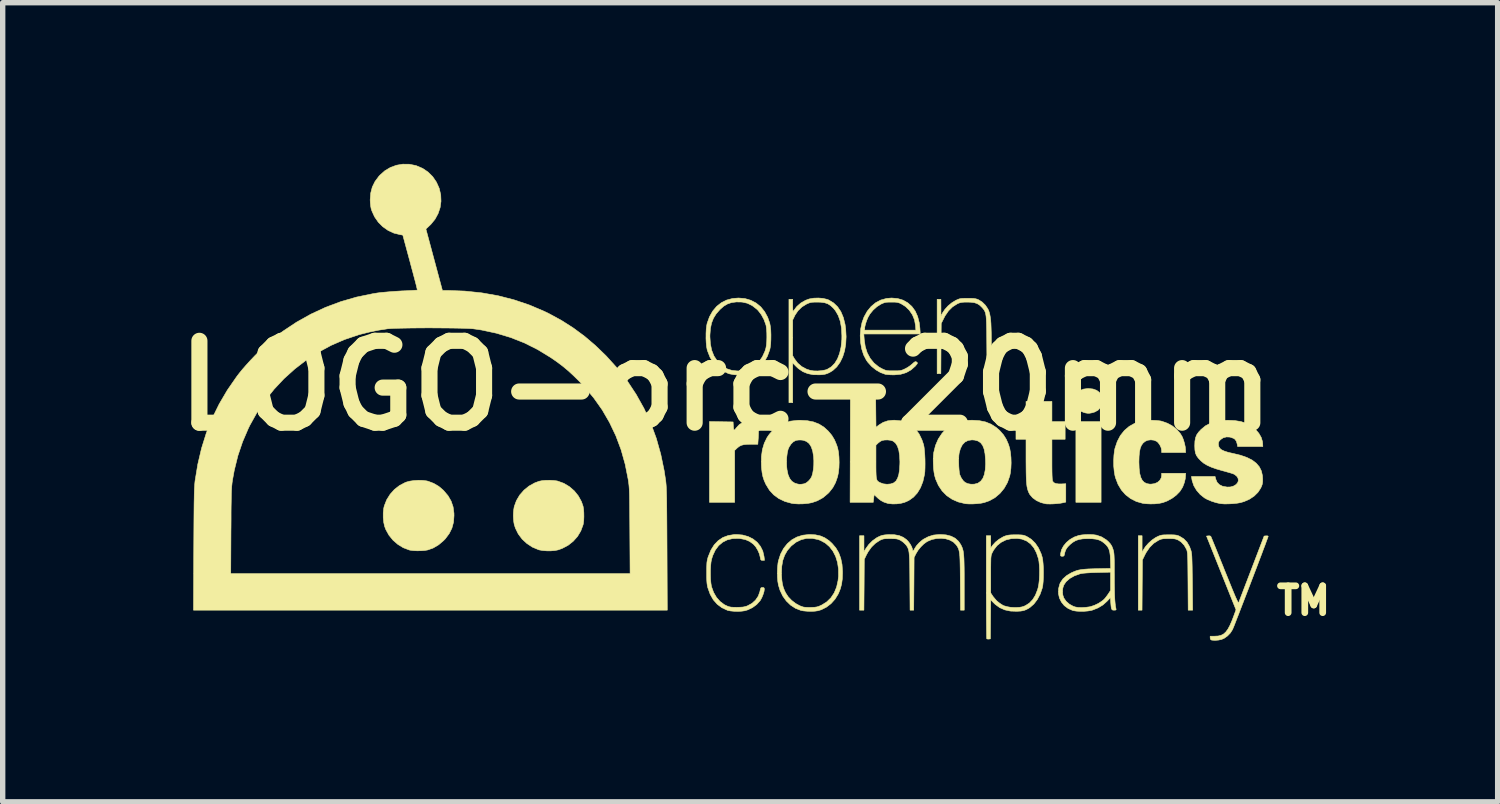
<source format=kicad_pcb>
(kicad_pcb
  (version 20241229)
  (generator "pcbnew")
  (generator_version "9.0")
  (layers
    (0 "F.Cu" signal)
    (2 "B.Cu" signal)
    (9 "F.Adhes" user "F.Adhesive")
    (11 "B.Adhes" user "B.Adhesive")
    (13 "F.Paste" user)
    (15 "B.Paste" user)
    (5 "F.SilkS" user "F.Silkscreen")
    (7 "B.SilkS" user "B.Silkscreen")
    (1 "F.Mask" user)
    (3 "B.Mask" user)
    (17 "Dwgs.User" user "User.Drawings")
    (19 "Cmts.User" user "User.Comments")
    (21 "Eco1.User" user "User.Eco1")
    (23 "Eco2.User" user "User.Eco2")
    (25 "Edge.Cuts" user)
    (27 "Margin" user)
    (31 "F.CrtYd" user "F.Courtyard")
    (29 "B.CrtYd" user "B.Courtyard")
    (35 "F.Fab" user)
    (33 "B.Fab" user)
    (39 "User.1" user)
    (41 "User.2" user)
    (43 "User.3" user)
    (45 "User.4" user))
  (footprint "LOGO-orc-20mm"
    (layer "F.Cu")
    (at 10.458 4.127)
    (property "Reference" "LOGO-orc-20mm" (at 0 0 0) (layer "F.SilkS") (effects (font (size 1.524 1.524) (thickness 0.3))))
    (attr through_hole)
    (fp_poly (pts (xy 6.983 2.171) (xy 6.514 2.171) (xy 6.514 0.669) (xy 6.983 0.669) (xy 6.983 2.171)) (stroke (width 0.01) (type solid)) (fill yes) (layer "F.SilkS"))
    (fp_poly (pts (xy 6.832 0.062) (xy 6.901 0.087) (xy 6.953 0.127) (xy 6.987 0.184) (xy 7.004 0.254) (xy 7.004 0.264) (xy 6.999 0.339) (xy 6.974 0.402) (xy 6.93 0.453) (xy 6.868 0.489) (xy 6.819 0.504) (xy 6.772 0.513) (xy 6.734 0.514) (xy 6.694 0.508) (xy 6.665 0.5) (xy 6.594 0.471) (xy 6.54 0.428) (xy 6.507 0.372) (xy 6.492 0.302) (xy 6.492 0.264) (xy 6.507 0.191) (xy 6.539 0.133) (xy 6.589 0.091) (xy 6.655 0.064) (xy 6.738 0.053) (xy 6.748 0.053) (xy 6.832 0.062)) (stroke (width 0.01) (type solid)) (fill yes) (layer "F.SilkS"))
    (fp_poly (pts (xy 0.544 0.644) (xy 0.579 0.649) (xy 0.599 0.661) (xy 0.608 0.686) (xy 0.61 0.726) (xy 0.61 0.761) (xy 0.609 0.822) (xy 0.607 0.893) (xy 0.604 0.962) (xy 0.603 0.977) (xy 0.595 1.091) (xy 0.475 1.09) (xy 0.396 1.092) (xy 0.334 1.098) (xy 0.286 1.111) (xy 0.247 1.131) (xy 0.211 1.16) (xy 0.164 1.205) (xy 0.164 2.171) (xy -0.305 2.171) (xy -0.305 0.668) (xy 0.135 0.675) (xy 0.139 0.745) (xy 0.142 0.784) (xy 0.147 0.814) (xy 0.151 0.825) (xy 0.163 0.822) (xy 0.181 0.803) (xy 0.192 0.788) (xy 0.251 0.724) (xy 0.323 0.677) (xy 0.407 0.65) (xy 0.49 0.643) (xy 0.544 0.644)) (stroke (width 0.01) (type solid)) (fill yes) (layer "F.SilkS"))
    (fp_poly (pts (xy 6.068 0.669) (xy 6.314 0.669) (xy 6.314 0.998) (xy 6.068 0.998) (xy 6.068 1.373) (xy 6.068 1.497) (xy 6.069 1.598) (xy 6.071 1.676) (xy 6.074 1.732) (xy 6.078 1.766) (xy 6.081 1.777) (xy 6.103 1.805) (xy 6.141 1.822) (xy 6.196 1.829) (xy 6.243 1.829) (xy 6.326 1.825) (xy 6.326 2.167) (xy 6.264 2.181) (xy 6.22 2.189) (xy 6.162 2.195) (xy 6.098 2.2) (xy 6.037 2.202) (xy 5.985 2.201) (xy 5.956 2.199) (xy 5.863 2.176) (xy 5.78 2.138) (xy 5.711 2.088) (xy 5.658 2.027) (xy 5.636 1.986) (xy 5.623 1.953) (xy 5.613 1.918) (xy 5.604 1.877) (xy 5.598 1.828) (xy 5.593 1.769) (xy 5.59 1.696) (xy 5.588 1.608) (xy 5.587 1.501) (xy 5.586 1.388) (xy 5.586 0.998) (xy 5.399 0.998) (xy 5.399 0.669) (xy 5.586 0.669) (xy 5.586 0.293) (xy 6.068 0.293) (xy 6.068 0.669)) (stroke (width 0.01) (type solid)) (fill yes) (layer "F.SilkS"))
    (fp_poly (pts (xy -5.64 1.763) (xy -5.57 1.772) (xy -5.544 1.778) (xy -5.438 1.818) (xy -5.344 1.873) (xy -5.257 1.947) (xy -5.252 1.953) (xy -5.171 2.048) (xy -5.113 2.148) (xy -5.076 2.256) (xy -5.06 2.374) (xy -5.059 2.418) (xy -5.068 2.54) (xy -5.098 2.652) (xy -5.149 2.754) (xy -5.221 2.85) (xy -5.252 2.882) (xy -5.346 2.962) (xy -5.446 3.021) (xy -5.546 3.057) (xy -5.603 3.067) (xy -5.673 3.072) (xy -5.749 3.073) (xy -5.821 3.069) (xy -5.881 3.061) (xy -5.895 3.057) (xy -6.003 3.016) (xy -6.104 2.954) (xy -6.194 2.876) (xy -6.269 2.784) (xy -6.326 2.682) (xy -6.35 2.62) (xy -6.367 2.544) (xy -6.376 2.456) (xy -6.376 2.366) (xy -6.367 2.282) (xy -6.356 2.236) (xy -6.312 2.124) (xy -6.248 2.022) (xy -6.168 1.932) (xy -6.073 1.858) (xy -5.968 1.803) (xy -5.944 1.794) (xy -5.881 1.777) (xy -5.803 1.766) (xy -5.72 1.761) (xy -5.64 1.763)) (stroke (width 0.01) (type solid)) (fill yes) (layer "F.SilkS"))
    (fp_poly (pts (xy -3.203 1.765) (xy -3.141 1.773) (xy -3.127 1.777) (xy -3.014 1.818) (xy -2.911 1.88) (xy -2.821 1.958) (xy -2.746 2.051) (xy -2.688 2.156) (xy -2.657 2.245) (xy -2.648 2.298) (xy -2.643 2.367) (xy -2.642 2.441) (xy -2.645 2.512) (xy -2.653 2.572) (xy -2.657 2.589) (xy -2.699 2.703) (xy -2.761 2.807) (xy -2.841 2.896) (xy -2.936 2.971) (xy -3.046 3.029) (xy -3.121 3.056) (xy -3.181 3.068) (xy -3.254 3.074) (xy -3.333 3.074) (xy -3.409 3.068) (xy -3.472 3.057) (xy -3.486 3.053) (xy -3.6 3.005) (xy -3.702 2.938) (xy -3.791 2.856) (xy -3.863 2.76) (xy -3.916 2.653) (xy -3.938 2.585) (xy -3.946 2.54) (xy -3.952 2.483) (xy -3.955 2.425) (xy -3.955 2.418) (xy -3.953 2.361) (xy -3.947 2.303) (xy -3.939 2.255) (xy -3.938 2.25) (xy -3.897 2.138) (xy -3.836 2.035) (xy -3.757 1.945) (xy -3.664 1.869) (xy -3.558 1.81) (xy -3.475 1.779) (xy -3.42 1.768) (xy -3.351 1.762) (xy -3.275 1.761) (xy -3.203 1.765)) (stroke (width 0.01) (type solid)) (fill yes) (layer "F.SilkS"))
    (fp_poly (pts (xy 4.564 -1.625) (xy 4.61 -1.623) (xy 4.644 -1.618) (xy 4.674 -1.61) (xy 4.703 -1.598) (xy 4.77 -1.556) (xy 4.829 -1.498) (xy 4.875 -1.43) (xy 4.892 -1.394) (xy 4.903 -1.359) (xy 4.913 -1.32) (xy 4.921 -1.275) (xy 4.928 -1.222) (xy 4.933 -1.158) (xy 4.936 -1.08) (xy 4.939 -0.988) (xy 4.94 -0.878) (xy 4.941 -0.748) (xy 4.941 -0.678) (xy 4.941 -0.223) (xy 4.86 -0.223) (xy 4.856 -0.76) (xy 4.855 -0.894) (xy 4.854 -1.006) (xy 4.852 -1.099) (xy 4.85 -1.176) (xy 4.847 -1.238) (xy 4.843 -1.287) (xy 4.837 -1.326) (xy 4.83 -1.357) (xy 4.82 -1.382) (xy 4.809 -1.404) (xy 4.794 -1.424) (xy 4.777 -1.445) (xy 4.77 -1.453) (xy 4.726 -1.496) (xy 4.679 -1.526) (xy 4.623 -1.545) (xy 4.553 -1.553) (xy 4.495 -1.555) (xy 4.437 -1.554) (xy 4.395 -1.551) (xy 4.363 -1.545) (xy 4.333 -1.535) (xy 4.303 -1.521) (xy 4.219 -1.467) (xy 4.143 -1.392) (xy 4.079 -1.299) (xy 4.059 -1.26) (xy 4.008 -1.158) (xy 4.004 -0.69) (xy 4.001 -0.223) (xy 3.932 -0.223) (xy 3.932 -1.608) (xy 4.002 -1.608) (xy 4.003 -1.452) (xy 4.003 -1.297) (xy 4.033 -1.355) (xy 4.077 -1.42) (xy 4.136 -1.485) (xy 4.205 -1.542) (xy 4.275 -1.585) (xy 4.28 -1.588) (xy 4.316 -1.604) (xy 4.345 -1.615) (xy 4.374 -1.621) (xy 4.411 -1.624) (xy 4.46 -1.625) (xy 4.501 -1.625) (xy 4.564 -1.625)) (stroke (width 0.01) (type solid)) (fill yes) (layer "F.SilkS"))
    (fp_poly (pts (xy 8.308 2.776) (xy 8.354 2.778) (xy 8.388 2.783) (xy 8.417 2.791) (xy 8.444 2.803) (xy 8.521 2.85) (xy 8.582 2.913) (xy 8.629 2.995) (xy 8.656 3.069) (xy 8.661 3.089) (xy 8.665 3.113) (xy 8.669 3.143) (xy 8.672 3.182) (xy 8.674 3.232) (xy 8.676 3.295) (xy 8.678 3.373) (xy 8.679 3.469) (xy 8.681 3.584) (xy 8.682 3.659) (xy 8.687 4.178) (xy 8.604 4.178) (xy 8.6 3.641) (xy 8.599 3.514) (xy 8.598 3.408) (xy 8.597 3.322) (xy 8.596 3.252) (xy 8.594 3.196) (xy 8.592 3.153) (xy 8.59 3.12) (xy 8.586 3.095) (xy 8.583 3.076) (xy 8.578 3.06) (xy 8.573 3.047) (xy 8.531 2.972) (xy 8.475 2.911) (xy 8.418 2.873) (xy 8.388 2.861) (xy 8.358 2.852) (xy 8.322 2.848) (xy 8.272 2.846) (xy 8.239 2.846) (xy 8.181 2.847) (xy 8.14 2.849) (xy 8.108 2.855) (xy 8.078 2.865) (xy 8.047 2.88) (xy 7.962 2.934) (xy 7.886 3.01) (xy 7.822 3.104) (xy 7.802 3.141) (xy 7.752 3.243) (xy 7.748 3.711) (xy 7.745 4.178) (xy 7.675 4.178) (xy 7.675 2.793) (xy 7.746 2.793) (xy 7.746 2.949) (xy 7.746 3.104) (xy 7.772 3.052) (xy 7.811 2.993) (xy 7.865 2.932) (xy 7.928 2.875) (xy 7.993 2.83) (xy 8.023 2.814) (xy 8.059 2.797) (xy 8.088 2.787) (xy 8.118 2.78) (xy 8.154 2.777) (xy 8.203 2.776) (xy 8.245 2.776) (xy 8.308 2.776)) (stroke (width 0.01) (type solid)) (fill yes) (layer "F.SilkS"))
    (fp_poly (pts (xy 9.009 2.796) (xy 9.025 2.804) (xy 9.03 2.817) (xy 9.044 2.85) (xy 9.065 2.901) (xy 9.092 2.967) (xy 9.125 3.047) (xy 9.162 3.139) (xy 9.203 3.242) (xy 9.248 3.352) (xy 9.283 3.441) (xy 9.338 3.575) (xy 9.384 3.689) (xy 9.423 3.785) (xy 9.455 3.862) (xy 9.481 3.924) (xy 9.502 3.97) (xy 9.518 4.004) (xy 9.529 4.026) (xy 9.537 4.037) (xy 9.542 4.039) (xy 9.544 4.036) (xy 9.55 4.02) (xy 9.564 3.984) (xy 9.584 3.931) (xy 9.611 3.861) (xy 9.642 3.779) (xy 9.678 3.685) (xy 9.718 3.581) (xy 9.76 3.471) (xy 9.786 3.403) (xy 10.017 2.799) (xy 10.055 2.795) (xy 10.081 2.796) (xy 10.093 2.802) (xy 10.093 2.803) (xy 10.089 2.816) (xy 10.077 2.849) (xy 10.058 2.9) (xy 10.034 2.967) (xy 10.003 3.047) (xy 9.969 3.139) (xy 9.93 3.241) (xy 9.889 3.35) (xy 9.845 3.465) (xy 9.8 3.583) (xy 9.754 3.703) (xy 9.708 3.823) (xy 9.663 3.939) (xy 9.62 4.051) (xy 9.579 4.157) (xy 9.542 4.254) (xy 9.508 4.34) (xy 9.48 4.413) (xy 9.457 4.472) (xy 9.44 4.513) (xy 9.43 4.536) (xy 9.43 4.537) (xy 9.389 4.602) (xy 9.335 4.658) (xy 9.273 4.702) (xy 9.224 4.723) (xy 9.166 4.735) (xy 9.104 4.74) (xy 9.049 4.736) (xy 9.034 4.733) (xy 9.017 4.718) (xy 9.013 4.695) (xy 9.013 4.662) (xy 9.098 4.662) (xy 9.161 4.659) (xy 9.215 4.646) (xy 9.262 4.622) (xy 9.304 4.584) (xy 9.343 4.531) (xy 9.381 4.46) (xy 9.42 4.37) (xy 9.448 4.297) (xy 9.494 4.171) (xy 8.945 2.799) (xy 8.981 2.795) (xy 9.009 2.796)) (stroke (width 0.01) (type solid)) (fill yes) (layer "F.SilkS"))
    (fp_poly (pts (xy 8.014 0.648) (xy 8.084 0.656) (xy 8.115 0.663) (xy 8.219 0.7) (xy 8.313 0.752) (xy 8.394 0.818) (xy 8.459 0.894) (xy 8.495 0.955) (xy 8.517 1.012) (xy 8.536 1.077) (xy 8.55 1.143) (xy 8.555 1.197) (xy 8.555 1.2) (xy 8.556 1.244) (xy 8.11 1.244) (xy 8.11 1.205) (xy 8.101 1.157) (xy 8.077 1.105) (xy 8.044 1.059) (xy 8.017 1.036) (xy 7.967 1.015) (xy 7.908 1.008) (xy 7.849 1.016) (xy 7.804 1.036) (xy 7.764 1.069) (xy 7.734 1.11) (xy 7.712 1.163) (xy 7.698 1.23) (xy 7.69 1.314) (xy 7.687 1.418) (xy 7.687 1.42) (xy 7.691 1.535) (xy 7.701 1.629) (xy 7.72 1.704) (xy 7.748 1.76) (xy 7.785 1.799) (xy 7.833 1.823) (xy 7.892 1.833) (xy 7.91 1.833) (xy 7.976 1.824) (xy 8.033 1.8) (xy 8.076 1.762) (xy 8.103 1.714) (xy 8.11 1.671) (xy 8.11 1.631) (xy 8.556 1.631) (xy 8.555 1.675) (xy 8.549 1.735) (xy 8.532 1.805) (xy 8.506 1.874) (xy 8.495 1.897) (xy 8.449 1.969) (xy 8.383 2.037) (xy 8.303 2.097) (xy 8.213 2.146) (xy 8.133 2.176) (xy 8.067 2.19) (xy 7.986 2.199) (xy 7.901 2.201) (xy 7.818 2.197) (xy 7.76 2.19) (xy 7.64 2.156) (xy 7.533 2.102) (xy 7.439 2.03) (xy 7.361 1.942) (xy 7.298 1.836) (xy 7.252 1.716) (xy 7.241 1.675) (xy 7.227 1.592) (xy 7.218 1.496) (xy 7.217 1.394) (xy 7.222 1.295) (xy 7.233 1.206) (xy 7.241 1.167) (xy 7.284 1.039) (xy 7.342 0.928) (xy 7.417 0.834) (xy 7.506 0.758) (xy 7.611 0.699) (xy 7.716 0.663) (xy 7.777 0.652) (xy 7.852 0.645) (xy 7.934 0.644) (xy 8.014 0.648)) (stroke (width 0.01) (type solid)) (fill yes) (layer "F.SilkS"))
    (fp_poly (pts (xy 2.79 0.408) (xy 2.794 0.774) (xy 2.854 0.728) (xy 2.928 0.683) (xy 3.01 0.655) (xy 3.104 0.644) (xy 3.138 0.643) (xy 3.254 0.654) (xy 3.358 0.686) (xy 3.45 0.737) (xy 3.529 0.808) (xy 3.596 0.898) (xy 3.649 1.008) (xy 3.68 1.099) (xy 3.689 1.146) (xy 3.696 1.21) (xy 3.702 1.287) (xy 3.706 1.37) (xy 3.707 1.454) (xy 3.706 1.534) (xy 3.703 1.603) (xy 3.697 1.652) (xy 3.667 1.784) (xy 3.622 1.899) (xy 3.563 1.997) (xy 3.49 2.076) (xy 3.404 2.137) (xy 3.325 2.172) (xy 3.255 2.19) (xy 3.177 2.2) (xy 3.099 2.201) (xy 3.03 2.194) (xy 3.007 2.189) (xy 2.941 2.167) (xy 2.888 2.139) (xy 2.837 2.101) (xy 2.816 2.081) (xy 2.759 2.028) (xy 2.751 2.1) (xy 2.743 2.171) (xy 2.312 2.171) (xy 2.315 1.108) (xy 2.793 1.108) (xy 2.793 1.42) (xy 2.793 1.519) (xy 2.794 1.597) (xy 2.796 1.657) (xy 2.799 1.703) (xy 2.805 1.736) (xy 2.813 1.759) (xy 2.824 1.775) (xy 2.84 1.788) (xy 2.859 1.8) (xy 2.867 1.804) (xy 2.93 1.827) (xy 2.999 1.835) (xy 3.067 1.829) (xy 3.124 1.809) (xy 3.128 1.806) (xy 3.167 1.773) (xy 3.196 1.723) (xy 3.218 1.655) (xy 3.232 1.568) (xy 3.238 1.461) (xy 3.239 1.414) (xy 3.233 1.298) (xy 3.218 1.2) (xy 3.192 1.123) (xy 3.155 1.066) (xy 3.109 1.03) (xy 3.106 1.029) (xy 3.063 1.016) (xy 3.007 1.01) (xy 2.951 1.012) (xy 2.904 1.021) (xy 2.903 1.022) (xy 2.873 1.038) (xy 2.84 1.063) (xy 2.831 1.071) (xy 2.793 1.108) (xy 2.315 1.108) (xy 2.315 1.106) (xy 2.318 0.041) (xy 2.787 0.041) (xy 2.79 0.408)) (stroke (width 0.01) (type solid)) (fill yes) (layer "F.SilkS"))
    (fp_poly (pts (xy 4.715 0.651) (xy 4.832 0.675) (xy 4.936 0.717) (xy 5.03 0.777) (xy 5.099 0.838) (xy 5.167 0.916) (xy 5.219 0.999) (xy 5.26 1.094) (xy 5.283 1.17) (xy 5.297 1.247) (xy 5.306 1.339) (xy 5.309 1.438) (xy 5.305 1.535) (xy 5.295 1.623) (xy 5.283 1.68) (xy 5.24 1.803) (xy 5.178 1.912) (xy 5.101 2.005) (xy 5.009 2.083) (xy 4.904 2.142) (xy 4.806 2.176) (xy 4.747 2.188) (xy 4.675 2.196) (xy 4.597 2.201) (xy 4.523 2.201) (xy 4.461 2.197) (xy 4.452 2.195) (xy 4.324 2.164) (xy 4.21 2.114) (xy 4.11 2.046) (xy 4.025 1.96) (xy 3.956 1.857) (xy 3.904 1.739) (xy 3.885 1.673) (xy 3.874 1.614) (xy 3.865 1.54) (xy 3.861 1.458) (xy 3.86 1.43) (xy 4.333 1.43) (xy 4.335 1.501) (xy 4.34 1.568) (xy 4.346 1.623) (xy 4.353 1.656) (xy 4.38 1.716) (xy 4.418 1.77) (xy 4.45 1.799) (xy 4.499 1.823) (xy 4.56 1.834) (xy 4.624 1.833) (xy 4.682 1.818) (xy 4.694 1.813) (xy 4.744 1.777) (xy 4.783 1.725) (xy 4.81 1.655) (xy 4.827 1.568) (xy 4.834 1.46) (xy 4.832 1.376) (xy 4.823 1.268) (xy 4.806 1.18) (xy 4.779 1.112) (xy 4.741 1.062) (xy 4.692 1.03) (xy 4.631 1.013) (xy 4.581 1.009) (xy 4.509 1.019) (xy 4.449 1.05) (xy 4.401 1.1) (xy 4.365 1.171) (xy 4.342 1.253) (xy 4.336 1.299) (xy 4.333 1.36) (xy 4.333 1.43) (xy 3.86 1.43) (xy 3.859 1.377) (xy 3.862 1.303) (xy 3.868 1.248) (xy 3.901 1.113) (xy 3.953 0.993) (xy 4.022 0.889) (xy 4.072 0.833) (xy 4.161 0.758) (xy 4.261 0.703) (xy 4.372 0.666) (xy 4.497 0.646) (xy 4.583 0.643) (xy 4.715 0.651)) (stroke (width 0.01) (type solid)) (fill yes) (layer "F.SilkS"))
    (fp_poly (pts (xy 1.807 -1.624) (xy 1.884 -1.606) (xy 1.915 -1.594) (xy 2.004 -1.54) (xy 2.079 -1.468) (xy 2.14 -1.378) (xy 2.186 -1.269) (xy 2.218 -1.141) (xy 2.23 -1.056) (xy 2.238 -0.912) (xy 2.231 -0.776) (xy 2.21 -0.65) (xy 2.174 -0.535) (xy 2.125 -0.435) (xy 2.064 -0.35) (xy 1.99 -0.282) (xy 1.928 -0.244) (xy 1.885 -0.225) (xy 1.847 -0.213) (xy 1.805 -0.206) (xy 1.75 -0.202) (xy 1.743 -0.202) (xy 1.626 -0.204) (xy 1.524 -0.224) (xy 1.433 -0.261) (xy 1.351 -0.317) (xy 1.312 -0.353) (xy 1.244 -0.421) (xy 1.244 0.317) (xy 1.174 0.317) (xy 1.174 -1.223) (xy 1.244 -1.223) (xy 1.244 -0.89) (xy 1.244 -0.557) (xy 1.278 -0.498) (xy 1.337 -0.42) (xy 1.412 -0.355) (xy 1.502 -0.307) (xy 1.567 -0.286) (xy 1.632 -0.275) (xy 1.706 -0.273) (xy 1.782 -0.279) (xy 1.85 -0.292) (xy 1.886 -0.304) (xy 1.962 -0.35) (xy 2.026 -0.415) (xy 2.078 -0.5) (xy 2.117 -0.602) (xy 2.144 -0.72) (xy 2.158 -0.855) (xy 2.159 -0.928) (xy 2.152 -1.071) (xy 2.13 -1.196) (xy 2.092 -1.304) (xy 2.039 -1.396) (xy 2.001 -1.442) (xy 1.95 -1.49) (xy 1.898 -1.523) (xy 1.839 -1.543) (xy 1.766 -1.553) (xy 1.702 -1.555) (xy 1.644 -1.554) (xy 1.603 -1.552) (xy 1.57 -1.546) (xy 1.539 -1.535) (xy 1.502 -1.519) (xy 1.415 -1.465) (xy 1.342 -1.394) (xy 1.285 -1.309) (xy 1.28 -1.297) (xy 1.244 -1.223) (xy 1.174 -1.223) (xy 1.174 -1.608) (xy 1.244 -1.608) (xy 1.244 -1.488) (xy 1.245 -1.434) (xy 1.247 -1.401) (xy 1.25 -1.386) (xy 1.255 -1.385) (xy 1.259 -1.391) (xy 1.319 -1.471) (xy 1.395 -1.538) (xy 1.484 -1.589) (xy 1.553 -1.614) (xy 1.634 -1.628) (xy 1.721 -1.631) (xy 1.807 -1.624)) (stroke (width 0.01) (type solid)) (fill yes) (layer "F.SilkS"))
    (fp_poly (pts (xy 1.516 0.652) (xy 1.632 0.675) (xy 1.734 0.715) (xy 1.825 0.772) (xy 1.905 0.845) (xy 1.972 0.925) (xy 2.023 1.01) (xy 2.063 1.106) (xy 2.08 1.158) (xy 2.096 1.236) (xy 2.105 1.328) (xy 2.108 1.427) (xy 2.105 1.527) (xy 2.095 1.618) (xy 2.079 1.695) (xy 2.079 1.695) (xy 2.041 1.804) (xy 1.991 1.897) (xy 1.926 1.98) (xy 1.901 2.006) (xy 1.807 2.085) (xy 1.701 2.143) (xy 1.602 2.177) (xy 1.527 2.191) (xy 1.44 2.199) (xy 1.35 2.201) (xy 1.267 2.196) (xy 1.226 2.19) (xy 1.099 2.155) (xy 0.987 2.102) (xy 0.891 2.032) (xy 0.811 1.945) (xy 0.747 1.84) (xy 0.745 1.837) (xy 0.712 1.763) (xy 0.689 1.692) (xy 0.674 1.617) (xy 0.664 1.529) (xy 0.661 1.466) (xy 0.661 1.418) (xy 1.129 1.418) (xy 1.132 1.504) (xy 1.138 1.563) (xy 1.157 1.654) (xy 1.187 1.726) (xy 1.228 1.779) (xy 1.282 1.814) (xy 1.338 1.831) (xy 1.37 1.836) (xy 1.401 1.835) (xy 1.441 1.829) (xy 1.461 1.825) (xy 1.498 1.808) (xy 1.537 1.776) (xy 1.573 1.735) (xy 1.598 1.692) (xy 1.615 1.636) (xy 1.628 1.562) (xy 1.636 1.48) (xy 1.637 1.394) (xy 1.632 1.317) (xy 1.616 1.217) (xy 1.589 1.138) (xy 1.551 1.078) (xy 1.501 1.038) (xy 1.44 1.016) (xy 1.408 1.012) (xy 1.362 1.011) (xy 1.318 1.016) (xy 1.298 1.021) (xy 1.254 1.046) (xy 1.212 1.088) (xy 1.177 1.142) (xy 1.158 1.186) (xy 1.143 1.251) (xy 1.133 1.331) (xy 1.129 1.418) (xy 0.661 1.418) (xy 0.662 1.32) (xy 0.68 1.189) (xy 0.715 1.072) (xy 0.767 0.965) (xy 0.809 0.904) (xy 0.889 0.814) (xy 0.981 0.744) (xy 1.086 0.693) (xy 1.204 0.66) (xy 1.336 0.645) (xy 1.385 0.644) (xy 1.516 0.652)) (stroke (width 0.01) (type solid)) (fill yes) (layer "F.SilkS"))
    (fp_poly (pts (xy 0.355 -1.621) (xy 0.464 -1.589) (xy 0.562 -1.538) (xy 0.648 -1.468) (xy 0.72 -1.379) (xy 0.778 -1.273) (xy 0.817 -1.161) (xy 0.828 -1.103) (xy 0.836 -1.029) (xy 0.839 -0.945) (xy 0.838 -0.859) (xy 0.834 -0.778) (xy 0.825 -0.707) (xy 0.817 -0.669) (xy 0.773 -0.548) (xy 0.714 -0.443) (xy 0.639 -0.355) (xy 0.549 -0.285) (xy 0.445 -0.234) (xy 0.4 -0.218) (xy 0.325 -0.204) (xy 0.239 -0.199) (xy 0.151 -0.204) (xy 0.071 -0.219) (xy 0.047 -0.226) (xy -0.061 -0.275) (xy -0.154 -0.341) (xy -0.232 -0.425) (xy -0.294 -0.527) (xy -0.341 -0.647) (xy -0.348 -0.67) (xy -0.359 -0.728) (xy -0.366 -0.802) (xy -0.37 -0.885) (xy -0.369 -0.915) (xy -0.297 -0.915) (xy -0.288 -0.779) (xy -0.264 -0.659) (xy -0.222 -0.553) (xy -0.162 -0.462) (xy -0.127 -0.422) (xy -0.052 -0.357) (xy 0.025 -0.312) (xy 0.11 -0.285) (xy 0.208 -0.274) (xy 0.267 -0.274) (xy 0.324 -0.277) (xy 0.366 -0.284) (xy 0.403 -0.294) (xy 0.444 -0.312) (xy 0.453 -0.316) (xy 0.541 -0.373) (xy 0.618 -0.448) (xy 0.681 -0.539) (xy 0.728 -0.642) (xy 0.745 -0.698) (xy 0.755 -0.753) (xy 0.761 -0.823) (xy 0.763 -0.902) (xy 0.762 -0.982) (xy 0.757 -1.055) (xy 0.749 -1.116) (xy 0.745 -1.132) (xy 0.71 -1.229) (xy 0.661 -1.32) (xy 0.6 -1.4) (xy 0.575 -1.424) (xy 0.49 -1.49) (xy 0.399 -1.534) (xy 0.301 -1.556) (xy 0.195 -1.558) (xy 0.105 -1.546) (xy 0.029 -1.52) (xy -0.04 -1.479) (xy -0.109 -1.418) (xy -0.112 -1.415) (xy -0.18 -1.337) (xy -0.231 -1.255) (xy -0.266 -1.166) (xy -0.287 -1.065) (xy -0.296 -0.948) (xy -0.297 -0.915) (xy -0.369 -0.915) (xy -0.369 -0.971) (xy -0.365 -1.052) (xy -0.356 -1.122) (xy -0.348 -1.161) (xy -0.304 -1.283) (xy -0.245 -1.387) (xy -0.171 -1.475) (xy -0.085 -1.543) (xy 0.014 -1.593) (xy 0.124 -1.622) (xy 0.235 -1.631) (xy 0.355 -1.621)) (stroke (width 0.01) (type solid)) (fill yes) (layer "F.SilkS"))
    (fp_poly (pts (xy 1.667 2.776) (xy 1.759 2.796) (xy 1.841 2.831) (xy 1.918 2.883) (xy 1.975 2.935) (xy 2.046 3.018) (xy 2.1 3.109) (xy 2.138 3.212) (xy 2.162 3.328) (xy 2.171 3.461) (xy 2.171 3.486) (xy 2.167 3.597) (xy 2.154 3.692) (xy 2.131 3.779) (xy 2.097 3.864) (xy 2.089 3.88) (xy 2.031 3.974) (xy 1.957 4.056) (xy 1.871 4.122) (xy 1.776 4.17) (xy 1.712 4.189) (xy 1.657 4.197) (xy 1.589 4.2) (xy 1.516 4.198) (xy 1.448 4.192) (xy 1.398 4.183) (xy 1.297 4.144) (xy 1.206 4.085) (xy 1.126 4.008) (xy 1.059 3.915) (xy 1.008 3.808) (xy 0.979 3.714) (xy 0.967 3.646) (xy 0.96 3.562) (xy 0.959 3.493) (xy 1.035 3.493) (xy 1.036 3.531) (xy 1.042 3.618) (xy 1.052 3.689) (xy 1.068 3.752) (xy 1.092 3.814) (xy 1.113 3.857) (xy 1.16 3.929) (xy 1.224 3.996) (xy 1.299 4.054) (xy 1.378 4.097) (xy 1.439 4.119) (xy 1.472 4.124) (xy 1.519 4.126) (xy 1.573 4.127) (xy 1.594 4.126) (xy 1.649 4.124) (xy 1.691 4.118) (xy 1.727 4.108) (xy 1.767 4.09) (xy 1.789 4.08) (xy 1.88 4.022) (xy 1.956 3.947) (xy 2.017 3.855) (xy 2.061 3.748) (xy 2.088 3.626) (xy 2.097 3.544) (xy 2.096 3.412) (xy 2.078 3.29) (xy 2.043 3.178) (xy 1.993 3.08) (xy 1.928 2.996) (xy 1.849 2.928) (xy 1.758 2.879) (xy 1.717 2.864) (xy 1.609 2.842) (xy 1.503 2.842) (xy 1.403 2.866) (xy 1.309 2.911) (xy 1.223 2.978) (xy 1.214 2.986) (xy 1.145 3.066) (xy 1.094 3.155) (xy 1.059 3.253) (xy 1.04 3.365) (xy 1.035 3.493) (xy 0.959 3.493) (xy 0.958 3.472) (xy 0.962 3.383) (xy 0.97 3.303) (xy 0.979 3.257) (xy 1.018 3.136) (xy 1.074 3.03) (xy 1.144 2.941) (xy 1.228 2.869) (xy 1.324 2.816) (xy 1.431 2.783) (xy 1.548 2.77) (xy 1.559 2.77) (xy 1.667 2.776)) (stroke (width 0.01) (type solid)) (fill yes) (layer "F.SilkS"))
    (fp_poly (pts (xy 3.198 -1.621) (xy 3.298 -1.591) (xy 3.386 -1.541) (xy 3.461 -1.474) (xy 3.523 -1.389) (xy 3.569 -1.287) (xy 3.599 -1.171) (xy 3.611 -1.071) (xy 3.618 -0.962) (xy 2.567 -0.962) (xy 2.575 -0.858) (xy 2.594 -0.727) (xy 2.631 -0.61) (xy 2.686 -0.508) (xy 2.757 -0.421) (xy 2.844 -0.35) (xy 2.904 -0.316) (xy 2.941 -0.299) (xy 2.971 -0.287) (xy 3 -0.28) (xy 3.035 -0.277) (xy 3.084 -0.276) (xy 3.122 -0.276) (xy 3.182 -0.276) (xy 3.225 -0.278) (xy 3.257 -0.283) (xy 3.287 -0.292) (xy 3.319 -0.306) (xy 3.334 -0.313) (xy 3.384 -0.34) (xy 3.434 -0.375) (xy 3.468 -0.403) (xy 3.499 -0.431) (xy 3.52 -0.445) (xy 3.535 -0.447) (xy 3.546 -0.442) (xy 3.562 -0.43) (xy 3.565 -0.417) (xy 3.555 -0.399) (xy 3.53 -0.37) (xy 3.526 -0.364) (xy 3.447 -0.294) (xy 3.357 -0.243) (xy 3.254 -0.212) (xy 3.138 -0.201) (xy 3.118 -0.201) (xy 3.064 -0.202) (xy 3.013 -0.206) (xy 2.975 -0.21) (xy 2.966 -0.212) (xy 2.88 -0.243) (xy 2.794 -0.293) (xy 2.713 -0.358) (xy 2.643 -0.435) (xy 2.615 -0.474) (xy 2.564 -0.572) (xy 2.528 -0.684) (xy 2.507 -0.805) (xy 2.5 -0.93) (xy 2.508 -1.033) (xy 2.582 -1.033) (xy 3.536 -1.033) (xy 3.529 -1.122) (xy 3.511 -1.224) (xy 3.472 -1.319) (xy 3.415 -1.403) (xy 3.343 -1.473) (xy 3.265 -1.522) (xy 3.231 -1.538) (xy 3.201 -1.547) (xy 3.166 -1.553) (xy 3.121 -1.555) (xy 3.08 -1.555) (xy 3.025 -1.554) (xy 2.984 -1.552) (xy 2.952 -1.545) (xy 2.921 -1.533) (xy 2.885 -1.517) (xy 2.811 -1.47) (xy 2.741 -1.407) (xy 2.681 -1.334) (xy 2.647 -1.275) (xy 2.624 -1.222) (xy 2.604 -1.164) (xy 2.589 -1.109) (xy 2.582 -1.065) (xy 2.582 -1.059) (xy 2.582 -1.033) (xy 2.508 -1.033) (xy 2.509 -1.055) (xy 2.534 -1.175) (xy 2.571 -1.277) (xy 2.631 -1.385) (xy 2.704 -1.474) (xy 2.789 -1.544) (xy 2.884 -1.594) (xy 2.99 -1.623) (xy 3.086 -1.631) (xy 3.198 -1.621)) (stroke (width 0.01) (type solid)) (fill yes) (layer "F.SilkS"))
    (fp_poly (pts (xy 9.473 0.65) (xy 9.588 0.669) (xy 9.688 0.703) (xy 9.776 0.751) (xy 9.856 0.815) (xy 9.859 0.817) (xy 9.919 0.887) (xy 9.963 0.964) (xy 9.987 1.043) (xy 9.99 1.075) (xy 9.993 1.133) (xy 9.524 1.133) (xy 9.517 1.091) (xy 9.501 1.035) (xy 9.473 0.997) (xy 9.45 0.981) (xy 9.382 0.957) (xy 9.315 0.954) (xy 9.254 0.971) (xy 9.207 1.003) (xy 9.18 1.032) (xy 9.168 1.059) (xy 9.166 1.091) (xy 9.172 1.131) (xy 9.191 1.165) (xy 9.225 1.194) (xy 9.277 1.218) (xy 9.348 1.241) (xy 9.44 1.262) (xy 9.442 1.262) (xy 9.581 1.296) (xy 9.698 1.337) (xy 9.795 1.386) (xy 9.871 1.444) (xy 9.928 1.511) (xy 9.966 1.588) (xy 9.986 1.676) (xy 9.99 1.74) (xy 9.989 1.792) (xy 9.983 1.832) (xy 9.97 1.87) (xy 9.953 1.907) (xy 9.902 1.985) (xy 9.831 2.055) (xy 9.744 2.113) (xy 9.644 2.157) (xy 9.576 2.177) (xy 9.512 2.188) (xy 9.436 2.196) (xy 9.355 2.2) (xy 9.277 2.201) (xy 9.212 2.196) (xy 9.198 2.194) (xy 9.121 2.177) (xy 9.04 2.151) (xy 8.964 2.12) (xy 8.909 2.09) (xy 8.827 2.025) (xy 8.76 1.948) (xy 8.709 1.862) (xy 8.678 1.77) (xy 8.674 1.749) (xy 8.665 1.69) (xy 9.104 1.69) (xy 9.117 1.74) (xy 9.142 1.799) (xy 9.185 1.843) (xy 9.244 1.872) (xy 9.323 1.886) (xy 9.325 1.887) (xy 9.391 1.885) (xy 9.447 1.869) (xy 9.491 1.843) (xy 9.522 1.81) (xy 9.537 1.772) (xy 9.534 1.731) (xy 9.514 1.692) (xy 9.473 1.657) (xy 9.456 1.647) (xy 9.434 1.638) (xy 9.393 1.625) (xy 9.34 1.61) (xy 9.278 1.592) (xy 9.246 1.584) (xy 9.129 1.55) (xy 9.033 1.516) (xy 8.954 1.48) (xy 8.89 1.441) (xy 8.839 1.398) (xy 8.792 1.348) (xy 8.759 1.302) (xy 8.739 1.254) (xy 8.729 1.196) (xy 8.726 1.123) (xy 8.726 1.115) (xy 8.729 1.034) (xy 8.741 0.969) (xy 8.763 0.914) (xy 8.799 0.863) (xy 8.845 0.814) (xy 8.925 0.748) (xy 9.015 0.7) (xy 9.118 0.666) (xy 9.236 0.648) (xy 9.342 0.644) (xy 9.473 0.65)) (stroke (width 0.01) (type solid)) (fill yes) (layer "F.SilkS"))
    (fp_poly (pts (xy 0.311 2.779) (xy 0.415 2.808) (xy 0.505 2.853) (xy 0.582 2.914) (xy 0.643 2.99) (xy 0.687 3.078) (xy 0.71 3.177) (xy 0.711 3.184) (xy 0.719 3.251) (xy 0.684 3.251) (xy 0.662 3.249) (xy 0.65 3.24) (xy 0.644 3.216) (xy 0.64 3.195) (xy 0.624 3.13) (xy 0.594 3.062) (xy 0.556 2.999) (xy 0.515 2.952) (xy 0.443 2.899) (xy 0.362 2.864) (xy 0.268 2.846) (xy 0.235 2.843) (xy 0.125 2.846) (xy 0.026 2.87) (xy -0.061 2.914) (xy -0.135 2.977) (xy -0.196 3.059) (xy -0.244 3.161) (xy -0.265 3.228) (xy -0.276 3.283) (xy -0.283 3.354) (xy -0.287 3.435) (xy -0.287 3.52) (xy -0.285 3.602) (xy -0.278 3.675) (xy -0.269 3.733) (xy -0.267 3.741) (xy -0.228 3.848) (xy -0.174 3.941) (xy -0.107 4.017) (xy -0.028 4.076) (xy 0.003 4.091) (xy 0.038 4.107) (xy 0.068 4.116) (xy 0.101 4.122) (xy 0.143 4.124) (xy 0.201 4.125) (xy 0.205 4.125) (xy 0.27 4.123) (xy 0.318 4.12) (xy 0.357 4.112) (xy 0.393 4.101) (xy 0.4 4.098) (xy 0.484 4.053) (xy 0.552 3.992) (xy 0.603 3.917) (xy 0.634 3.83) (xy 0.635 3.822) (xy 0.644 3.784) (xy 0.652 3.765) (xy 0.665 3.757) (xy 0.682 3.756) (xy 0.707 3.759) (xy 0.715 3.774) (xy 0.716 3.789) (xy 0.71 3.832) (xy 0.693 3.886) (xy 0.67 3.943) (xy 0.643 3.993) (xy 0.634 4.005) (xy 0.573 4.073) (xy 0.495 4.13) (xy 0.408 4.172) (xy 0.352 4.189) (xy 0.295 4.197) (xy 0.227 4.201) (xy 0.156 4.199) (xy 0.09 4.193) (xy 0.038 4.183) (xy 0.029 4.18) (xy -0.073 4.133) (xy -0.16 4.068) (xy -0.234 3.984) (xy -0.292 3.882) (xy -0.335 3.762) (xy -0.337 3.756) (xy -0.345 3.719) (xy -0.351 3.679) (xy -0.355 3.629) (xy -0.357 3.565) (xy -0.357 3.483) (xy -0.357 3.474) (xy -0.357 3.398) (xy -0.355 3.34) (xy -0.353 3.296) (xy -0.348 3.26) (xy -0.341 3.228) (xy -0.332 3.194) (xy -0.325 3.175) (xy -0.277 3.058) (xy -0.216 2.961) (xy -0.142 2.884) (xy -0.056 2.826) (xy 0.043 2.789) (xy 0.154 2.771) (xy 0.198 2.77) (xy 0.311 2.779)) (stroke (width 0.01) (type solid)) (fill yes) (layer "F.SilkS"))
    (fp_poly (pts (xy 5.454 2.776) (xy 5.499 2.778) (xy 5.532 2.782) (xy 5.561 2.79) (xy 5.59 2.802) (xy 5.602 2.808) (xy 5.684 2.859) (xy 5.756 2.93) (xy 5.817 3.019) (xy 5.866 3.125) (xy 5.887 3.192) (xy 5.897 3.244) (xy 5.904 3.313) (xy 5.909 3.394) (xy 5.91 3.48) (xy 5.909 3.567) (xy 5.905 3.648) (xy 5.898 3.717) (xy 5.888 3.767) (xy 5.849 3.88) (xy 5.796 3.98) (xy 5.732 4.064) (xy 5.657 4.129) (xy 5.601 4.162) (xy 5.564 4.178) (xy 5.529 4.188) (xy 5.487 4.195) (xy 5.431 4.198) (xy 5.414 4.199) (xy 5.296 4.195) (xy 5.192 4.173) (xy 5.098 4.132) (xy 5.014 4.071) (xy 4.978 4.036) (xy 4.929 3.986) (xy 4.926 4.349) (xy 4.923 4.712) (xy 4.893 4.716) (xy 4.868 4.715) (xy 4.855 4.711) (xy 4.854 4.698) (xy 4.853 4.663) (xy 4.852 4.609) (xy 4.851 4.536) (xy 4.85 4.447) (xy 4.849 4.344) (xy 4.848 4.227) (xy 4.848 4.099) (xy 4.847 3.962) (xy 4.847 3.818) (xy 4.847 3.748) (xy 4.847 3.513) (xy 4.929 3.513) (xy 4.929 3.858) (xy 4.977 3.93) (xy 5.041 4.005) (xy 5.095 4.048) (xy 5.131 4.072) (xy 5.159 4.089) (xy 5.173 4.096) (xy 5.174 4.096) (xy 5.189 4.1) (xy 5.218 4.108) (xy 5.24 4.114) (xy 5.295 4.124) (xy 5.366 4.128) (xy 5.405 4.128) (xy 5.463 4.125) (xy 5.506 4.118) (xy 5.544 4.107) (xy 5.577 4.092) (xy 5.649 4.046) (xy 5.71 3.982) (xy 5.76 3.901) (xy 5.8 3.799) (xy 5.812 3.757) (xy 5.824 3.694) (xy 5.833 3.614) (xy 5.837 3.524) (xy 5.838 3.432) (xy 5.834 3.345) (xy 5.826 3.268) (xy 5.818 3.224) (xy 5.781 3.112) (xy 5.732 3.018) (xy 5.67 2.944) (xy 5.596 2.89) (xy 5.51 2.856) (xy 5.423 2.843) (xy 5.313 2.847) (xy 5.212 2.871) (xy 5.123 2.915) (xy 5.046 2.977) (xy 4.984 3.058) (xy 4.958 3.106) (xy 4.95 3.124) (xy 4.943 3.141) (xy 4.938 3.16) (xy 4.935 3.184) (xy 4.932 3.215) (xy 4.931 3.257) (xy 4.93 3.313) (xy 4.929 3.386) (xy 4.929 3.478) (xy 4.929 3.513) (xy 4.847 3.513) (xy 4.847 2.793) (xy 4.929 2.793) (xy 4.929 3.02) (xy 4.964 2.971) (xy 5.017 2.912) (xy 5.085 2.858) (xy 5.159 2.814) (xy 5.184 2.803) (xy 5.218 2.791) (xy 5.252 2.783) (xy 5.292 2.778) (xy 5.344 2.776) (xy 5.393 2.776) (xy 5.454 2.776)) (stroke (width 0.01) (type solid)) (fill yes) (layer "F.SilkS"))
    (fp_poly (pts (xy 4.098 2.777) (xy 4.191 2.801) (xy 4.268 2.84) (xy 4.329 2.896) (xy 4.369 2.954) (xy 4.384 2.983) (xy 4.397 3.012) (xy 4.407 3.042) (xy 4.416 3.076) (xy 4.422 3.116) (xy 4.427 3.165) (xy 4.431 3.224) (xy 4.433 3.297) (xy 4.435 3.386) (xy 4.436 3.492) (xy 4.436 3.619) (xy 4.436 3.67) (xy 4.436 4.178) (xy 4.367 4.178) (xy 4.363 3.653) (xy 4.362 3.52) (xy 4.361 3.408) (xy 4.359 3.315) (xy 4.357 3.239) (xy 4.354 3.177) (xy 4.349 3.127) (xy 4.343 3.088) (xy 4.336 3.056) (xy 4.326 3.029) (xy 4.315 3.006) (xy 4.301 2.983) (xy 4.284 2.96) (xy 4.234 2.91) (xy 4.169 2.874) (xy 4.092 2.85) (xy 4.008 2.841) (xy 3.921 2.845) (xy 3.834 2.863) (xy 3.753 2.897) (xy 3.738 2.906) (xy 3.683 2.946) (xy 3.628 3) (xy 3.577 3.063) (xy 3.538 3.127) (xy 3.536 3.131) (xy 3.503 3.198) (xy 3.5 3.688) (xy 3.496 4.178) (xy 3.428 4.178) (xy 3.424 3.647) (xy 3.423 3.512) (xy 3.422 3.399) (xy 3.42 3.305) (xy 3.418 3.227) (xy 3.414 3.164) (xy 3.41 3.114) (xy 3.404 3.074) (xy 3.396 3.043) (xy 3.386 3.017) (xy 3.374 2.995) (xy 3.36 2.974) (xy 3.342 2.953) (xy 3.339 2.95) (xy 3.303 2.915) (xy 3.259 2.883) (xy 3.242 2.874) (xy 3.214 2.862) (xy 3.185 2.853) (xy 3.15 2.849) (xy 3.102 2.847) (xy 3.057 2.846) (xy 2.999 2.847) (xy 2.958 2.849) (xy 2.927 2.854) (xy 2.899 2.863) (xy 2.869 2.877) (xy 2.857 2.884) (xy 2.782 2.934) (xy 2.711 3.003) (xy 2.651 3.086) (xy 2.618 3.145) (xy 2.576 3.233) (xy 2.573 3.706) (xy 2.569 4.178) (xy 2.488 4.178) (xy 2.488 2.793) (xy 2.57 2.793) (xy 2.57 2.943) (xy 2.57 3.092) (xy 2.605 3.032) (xy 2.66 2.956) (xy 2.73 2.886) (xy 2.808 2.83) (xy 2.839 2.814) (xy 2.881 2.795) (xy 2.918 2.784) (xy 2.959 2.777) (xy 3.012 2.773) (xy 3.03 2.772) (xy 3.136 2.774) (xy 3.225 2.79) (xy 3.301 2.822) (xy 3.362 2.866) (xy 3.398 2.904) (xy 3.432 2.951) (xy 3.457 2.998) (xy 3.472 3.039) (xy 3.474 3.054) (xy 3.478 3.073) (xy 3.489 3.07) (xy 3.505 3.048) (xy 3.512 3.034) (xy 3.546 2.981) (xy 3.596 2.925) (xy 3.654 2.875) (xy 3.681 2.856) (xy 3.771 2.809) (xy 3.866 2.78) (xy 3.972 2.77) (xy 3.989 2.77) (xy 4.098 2.777)) (stroke (width 0.01) (type solid)) (fill yes) (layer "F.SilkS"))
    (fp_poly (pts (xy 6.835 2.773) (xy 6.893 2.781) (xy 6.898 2.782) (xy 6.995 2.816) (xy 7.081 2.87) (xy 7.12 2.905) (xy 7.158 2.947) (xy 7.183 2.987) (xy 7.202 3.036) (xy 7.205 3.045) (xy 7.212 3.068) (xy 7.217 3.091) (xy 7.221 3.116) (xy 7.224 3.148) (xy 7.226 3.187) (xy 7.228 3.239) (xy 7.229 3.304) (xy 7.229 3.386) (xy 7.229 3.488) (xy 7.23 3.525) (xy 7.23 3.669) (xy 7.232 3.791) (xy 7.234 3.894) (xy 7.238 3.978) (xy 7.244 4.047) (xy 7.25 4.102) (xy 7.259 4.144) (xy 7.259 4.147) (xy 7.263 4.168) (xy 7.254 4.176) (xy 7.229 4.178) (xy 7.226 4.178) (xy 7.203 4.177) (xy 7.188 4.17) (xy 7.178 4.154) (xy 7.171 4.125) (xy 7.166 4.079) (xy 7.163 4.043) (xy 7.156 3.946) (xy 7.093 4.013) (xy 7.018 4.08) (xy 6.927 4.135) (xy 6.827 4.175) (xy 6.799 4.183) (xy 6.74 4.193) (xy 6.67 4.199) (xy 6.596 4.2) (xy 6.525 4.196) (xy 6.468 4.187) (xy 6.453 4.183) (xy 6.369 4.146) (xy 6.298 4.093) (xy 6.244 4.026) (xy 6.207 3.95) (xy 6.189 3.867) (xy 6.19 3.832) (xy 6.265 3.832) (xy 6.271 3.897) (xy 6.289 3.951) (xy 6.333 4.014) (xy 6.394 4.067) (xy 6.465 4.106) (xy 6.508 4.12) (xy 6.561 4.128) (xy 6.628 4.129) (xy 6.699 4.125) (xy 6.767 4.116) (xy 6.783 4.113) (xy 6.858 4.088) (xy 6.936 4.051) (xy 7.005 4.005) (xy 7.034 3.981) (xy 7.059 3.954) (xy 7.088 3.916) (xy 7.114 3.88) (xy 7.159 3.811) (xy 7.159 3.471) (xy 6.91 3.477) (xy 6.806 3.48) (xy 6.724 3.485) (xy 6.66 3.49) (xy 6.612 3.497) (xy 6.59 3.502) (xy 6.484 3.54) (xy 6.398 3.589) (xy 6.331 3.649) (xy 6.29 3.71) (xy 6.271 3.766) (xy 6.265 3.832) (xy 6.19 3.832) (xy 6.191 3.78) (xy 6.214 3.693) (xy 6.226 3.666) (xy 6.274 3.595) (xy 6.343 3.534) (xy 6.425 3.485) (xy 6.474 3.463) (xy 6.519 3.445) (xy 6.564 3.432) (xy 6.615 3.423) (xy 6.674 3.416) (xy 6.746 3.411) (xy 6.834 3.408) (xy 6.899 3.406) (xy 7.162 3.401) (xy 7.157 3.247) (xy 7.153 3.162) (xy 7.144 3.097) (xy 7.129 3.044) (xy 7.107 3.001) (xy 7.075 2.962) (xy 7.046 2.935) (xy 6.998 2.898) (xy 6.947 2.873) (xy 6.889 2.857) (xy 6.818 2.849) (xy 6.737 2.847) (xy 6.646 2.85) (xy 6.573 2.862) (xy 6.511 2.883) (xy 6.455 2.916) (xy 6.408 2.954) (xy 6.36 3.002) (xy 6.329 3.048) (xy 6.31 3.097) (xy 6.304 3.126) (xy 6.297 3.157) (xy 6.287 3.171) (xy 6.267 3.175) (xy 6.261 3.175) (xy 6.239 3.173) (xy 6.229 3.164) (xy 6.229 3.14) (xy 6.229 3.128) (xy 6.246 3.055) (xy 6.283 2.985) (xy 6.337 2.919) (xy 6.405 2.862) (xy 6.484 2.817) (xy 6.566 2.788) (xy 6.622 2.778) (xy 6.691 2.772) (xy 6.765 2.77) (xy 6.835 2.773)) (stroke (width 0.01) (type solid)) (fill yes) (layer "F.SilkS"))
    (fp_poly (pts (xy -5.893 -4.121) (xy -5.772 -4.097) (xy -5.757 -4.092) (xy -5.642 -4.043) (xy -5.542 -3.975) (xy -5.456 -3.89) (xy -5.387 -3.789) (xy -5.335 -3.674) (xy -5.333 -3.668) (xy -5.306 -3.55) (xy -5.301 -3.432) (xy -5.317 -3.315) (xy -5.355 -3.203) (xy -5.412 -3.098) (xy -5.489 -3.003) (xy -5.511 -2.982) (xy -5.582 -2.915) (xy -5.275 -1.772) (xy -5.181 -1.772) (xy -4.857 -1.76) (xy -4.542 -1.727) (xy -4.237 -1.673) (xy -3.941 -1.597) (xy -3.654 -1.5) (xy -3.377 -1.382) (xy -3.285 -1.337) (xy -3.054 -1.211) (xy -2.838 -1.073) (xy -2.631 -0.92) (xy -2.431 -0.75) (xy -2.234 -0.56) (xy -2.224 -0.55) (xy -2.018 -0.322) (xy -1.832 -0.084) (xy -1.668 0.165) (xy -1.523 0.425) (xy -1.399 0.696) (xy -1.295 0.979) (xy -1.212 1.274) (xy -1.148 1.582) (xy -1.119 1.772) (xy -1.116 1.8) (xy -1.113 1.832) (xy -1.11 1.869) (xy -1.108 1.913) (xy -1.106 1.965) (xy -1.104 2.026) (xy -1.102 2.099) (xy -1.101 2.185) (xy -1.1 2.286) (xy -1.099 2.402) (xy -1.098 2.535) (xy -1.097 2.688) (xy -1.096 2.861) (xy -1.095 3.048) (xy -1.09 4.178) (xy -9.907 4.178) (xy -9.904 3.497) (xy -9.214 3.497) (xy -1.782 3.497) (xy -1.787 2.702) (xy -1.788 2.545) (xy -1.789 2.409) (xy -1.79 2.293) (xy -1.791 2.194) (xy -1.792 2.11) (xy -1.793 2.04) (xy -1.795 1.982) (xy -1.797 1.933) (xy -1.8 1.891) (xy -1.803 1.854) (xy -1.807 1.821) (xy -1.811 1.789) (xy -1.816 1.757) (xy -1.818 1.744) (xy -1.874 1.462) (xy -1.95 1.192) (xy -2.047 0.933) (xy -2.165 0.685) (xy -2.302 0.449) (xy -2.46 0.226) (xy -2.637 0.015) (xy -2.704 -0.057) (xy -2.822 -0.174) (xy -2.933 -0.277) (xy -3.044 -0.369) (xy -3.161 -0.456) (xy -3.263 -0.526) (xy -3.501 -0.671) (xy -3.748 -0.795) (xy -4.004 -0.896) (xy -4.269 -0.976) (xy -4.543 -1.035) (xy -4.706 -1.059) (xy -4.749 -1.062) (xy -4.812 -1.065) (xy -4.894 -1.068) (xy -4.99 -1.07) (xy -5.098 -1.072) (xy -5.215 -1.073) (xy -5.339 -1.074) (xy -5.467 -1.075) (xy -5.595 -1.075) (xy -5.721 -1.074) (xy -5.842 -1.073) (xy -5.955 -1.071) (xy -6.057 -1.069) (xy -6.146 -1.067) (xy -6.219 -1.064) (xy -6.272 -1.06) (xy -6.291 -1.059) (xy -6.46 -1.033) (xy -6.637 -0.997) (xy -6.808 -0.954) (xy -6.842 -0.944) (xy -7.097 -0.858) (xy -7.344 -0.751) (xy -7.581 -0.623) (xy -7.808 -0.476) (xy -8.021 -0.312) (xy -8.222 -0.131) (xy -8.407 0.066) (xy -8.576 0.278) (xy -8.727 0.502) (xy -8.859 0.739) (xy -8.885 0.792) (xy -8.993 1.043) (xy -9.081 1.303) (xy -9.148 1.574) (xy -9.179 1.744) (xy -9.184 1.777) (xy -9.189 1.809) (xy -9.192 1.841) (xy -9.196 1.876) (xy -9.198 1.916) (xy -9.201 1.962) (xy -9.203 2.017) (xy -9.204 2.083) (xy -9.205 2.161) (xy -9.207 2.254) (xy -9.208 2.363) (xy -9.208 2.491) (xy -9.209 2.64) (xy -9.21 2.702) (xy -9.214 3.497) (xy -9.904 3.497) (xy -9.902 3.048) (xy -9.901 2.854) (xy -9.9 2.682) (xy -9.899 2.53) (xy -9.898 2.397) (xy -9.897 2.282) (xy -9.896 2.182) (xy -9.894 2.096) (xy -9.893 2.024) (xy -9.891 1.962) (xy -9.889 1.911) (xy -9.886 1.867) (xy -9.884 1.831) (xy -9.881 1.799) (xy -9.878 1.772) (xy -9.827 1.462) (xy -9.757 1.165) (xy -9.668 0.88) (xy -9.559 0.606) (xy -9.429 0.342) (xy -9.279 0.086) (xy -9.107 -0.163) (xy -9.053 -0.234) (xy -8.996 -0.304) (xy -8.926 -0.384) (xy -8.847 -0.471) (xy -8.762 -0.56) (xy -8.678 -0.645) (xy -8.597 -0.724) (xy -8.524 -0.791) (xy -8.491 -0.819) (xy -8.246 -1.011) (xy -7.99 -1.181) (xy -7.724 -1.33) (xy -7.449 -1.458) (xy -7.165 -1.564) (xy -6.871 -1.649) (xy -6.57 -1.711) (xy -6.484 -1.725) (xy -6.423 -1.733) (xy -6.345 -1.74) (xy -6.255 -1.748) (xy -6.16 -1.755) (xy -6.066 -1.761) (xy -6.032 -1.763) (xy -5.953 -1.766) (xy -5.881 -1.77) (xy -5.821 -1.773) (xy -5.776 -1.776) (xy -5.748 -1.778) (xy -5.741 -1.779) (xy -5.743 -1.791) (xy -5.751 -1.823) (xy -5.763 -1.873) (xy -5.78 -1.939) (xy -5.801 -2.018) (xy -5.825 -2.109) (xy -5.852 -2.208) (xy -5.874 -2.292) (xy -6.012 -2.802) (xy -6.06 -2.81) (xy -6.178 -2.839) (xy -6.286 -2.889) (xy -6.384 -2.958) (xy -6.468 -3.042) (xy -6.537 -3.141) (xy -6.587 -3.251) (xy -6.602 -3.298) (xy -6.61 -3.342) (xy -6.616 -3.398) (xy -6.619 -3.455) (xy -6.619 -3.46) (xy -6.609 -3.584) (xy -6.58 -3.696) (xy -6.529 -3.8) (xy -6.456 -3.898) (xy -6.437 -3.918) (xy -6.345 -4) (xy -6.242 -4.061) (xy -6.13 -4.102) (xy -6.013 -4.122) (xy -5.893 -4.121)) (stroke (width 0.01) (type solid)) (fill yes) (layer "F.SilkS"))
    (fp_text user "TM" (at 10.75 4 0) (layer "F.SilkS") (effects (font (size 0.5 0.5) (thickness 0.125)))))
  (gr_rect
    (start -3 -3)
    (end 24.821 11.872)
    (stroke (width 0.1) (type default))
    (fill no)
    (layer "Edge.Cuts")))
</source>
